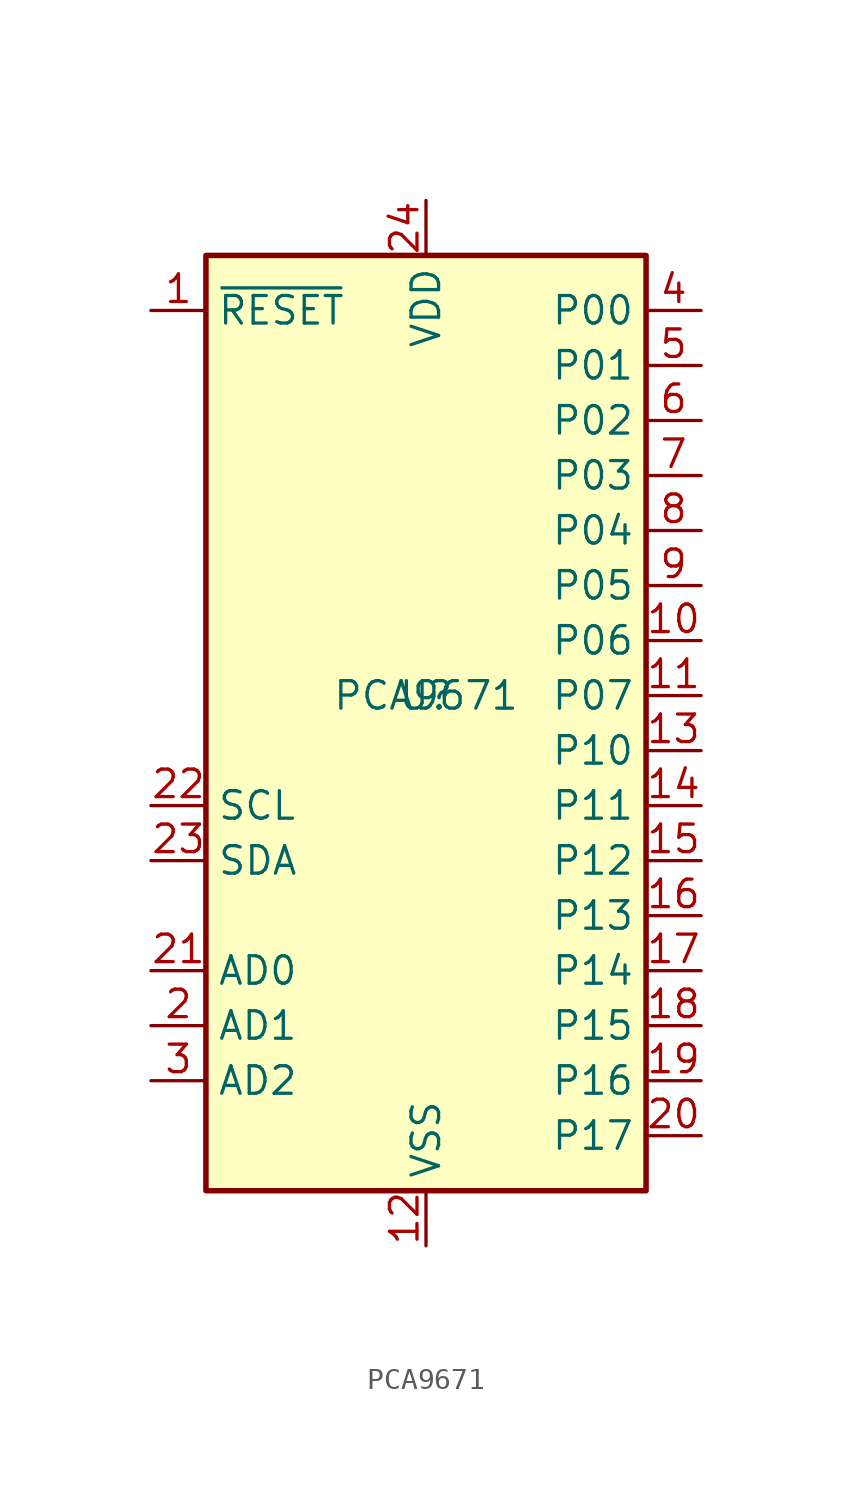
<source format=kicad_sym>
(kicad_symbol_lib
  (version 20211014)
  (generator kicad_symbol_editor)
  (symbol "PCA9671"
    (property "Reference" "U"
      (at 0 0 0)
      (effects (font (size 1.27 1.27))))
    (property "Value" "PCA9671"
      (at 0 0 0)
      (effects (font (size 1.27 1.27))))
    (symbol "PCA9671_0_1"
      (rectangle (start -10.16 20.32) (end 10.16 -22.86) (stroke (width 0.254) (type default) (color 0 0 0 0)) (fill (type background))))
    (symbol "PCA9671_1_1"
      (pin input line (at -12.7 17.78 0) (length 2.54) (name "~{RESET}" (effects (font (size 1.27 1.27)))) (number "1" (effects (font (size 1.27 1.27)))))
      (pin output line (at 12.7 2.54 180) (length 2.54) (name "P06" (effects (font (size 1.27 1.27)))) (number "10" (effects (font (size 1.27 1.27)))))
      (pin output line (at 12.7 0 180) (length 2.54) (name "P07" (effects (font (size 1.27 1.27)))) (number "11" (effects (font (size 1.27 1.27)))))
      (pin power_in line (at 0 -25.4 90) (length 2.54) (name "VSS" (effects (font (size 1.27 1.27)))) (number "12" (effects (font (size 1.27 1.27)))))
      (pin output line (at 12.7 -2.54 180) (length 2.54) (name "P10" (effects (font (size 1.27 1.27)))) (number "13" (effects (font (size 1.27 1.27)))))
      (pin output line (at 12.7 -5.08 180) (length 2.54) (name "P11" (effects (font (size 1.27 1.27)))) (number "14" (effects (font (size 1.27 1.27)))))
      (pin output line (at 12.7 -7.62 180) (length 2.54) (name "P12" (effects (font (size 1.27 1.27)))) (number "15" (effects (font (size 1.27 1.27)))))
      (pin output line (at 12.7 -10.16 180) (length 2.54) (name "P13" (effects (font (size 1.27 1.27)))) (number "16" (effects (font (size 1.27 1.27)))))
      (pin output line (at 12.7 -12.7 180) (length 2.54) (name "P14" (effects (font (size 1.27 1.27)))) (number "17" (effects (font (size 1.27 1.27)))))
      (pin output line (at 12.7 -15.24 180) (length 2.54) (name "P15" (effects (font (size 1.27 1.27)))) (number "18" (effects (font (size 1.27 1.27)))))
      (pin output line (at 12.7 -17.78 180) (length 2.54) (name "P16" (effects (font (size 1.27 1.27)))) (number "19" (effects (font (size 1.27 1.27)))))
      (pin input line (at -12.7 -15.24 0) (length 2.54) (name "AD1" (effects (font (size 1.27 1.27)))) (number "2" (effects (font (size 1.27 1.27)))))
      (pin output line (at 12.7 -20.32 180) (length 2.54) (name "P17" (effects (font (size 1.27 1.27)))) (number "20" (effects (font (size 1.27 1.27)))))
      (pin input line (at -12.7 -12.7 0) (length 2.54) (name "AD0" (effects (font (size 1.27 1.27)))) (number "21" (effects (font (size 1.27 1.27)))))
      (pin input line (at -12.7 -5.08 0) (length 2.54) (name "SCL" (effects (font (size 1.27 1.27)))) (number "22" (effects (font (size 1.27 1.27)))))
      (pin input line (at -12.7 -7.62 0) (length 2.54) (name "SDA" (effects (font (size 1.27 1.27)))) (number "23" (effects (font (size 1.27 1.27)))))
      (pin power_in line (at 0 22.86 270) (length 2.54) (name "VDD" (effects (font (size 1.27 1.27)))) (number "24" (effects (font (size 1.27 1.27)))))
      (pin input line (at -12.7 -17.78 0) (length 2.54) (name "AD2" (effects (font (size 1.27 1.27)))) (number "3" (effects (font (size 1.27 1.27)))))
      (pin output line (at 12.7 17.78 180) (length 2.54) (name "P00" (effects (font (size 1.27 1.27)))) (number "4" (effects (font (size 1.27 1.27)))))
      (pin output line (at 12.7 15.24 180) (length 2.54) (name "P01" (effects (font (size 1.27 1.27)))) (number "5" (effects (font (size 1.27 1.27)))))
      (pin output line (at 12.7 12.7 180) (length 2.54) (name "P02" (effects (font (size 1.27 1.27)))) (number "6" (effects (font (size 1.27 1.27)))))
      (pin output line (at 12.7 10.16 180) (length 2.54) (name "P03" (effects (font (size 1.27 1.27)))) (number "7" (effects (font (size 1.27 1.27)))))
      (pin output line (at 12.7 7.62 180) (length 2.54) (name "P04" (effects (font (size 1.27 1.27)))) (number "8" (effects (font (size 1.27 1.27)))))
      (pin output line (at 12.7 5.08 180) (length 2.54) (name "P05" (effects (font (size 1.27 1.27)))) (number "9" (effects (font (size 1.27 1.27))))))))
</source>
